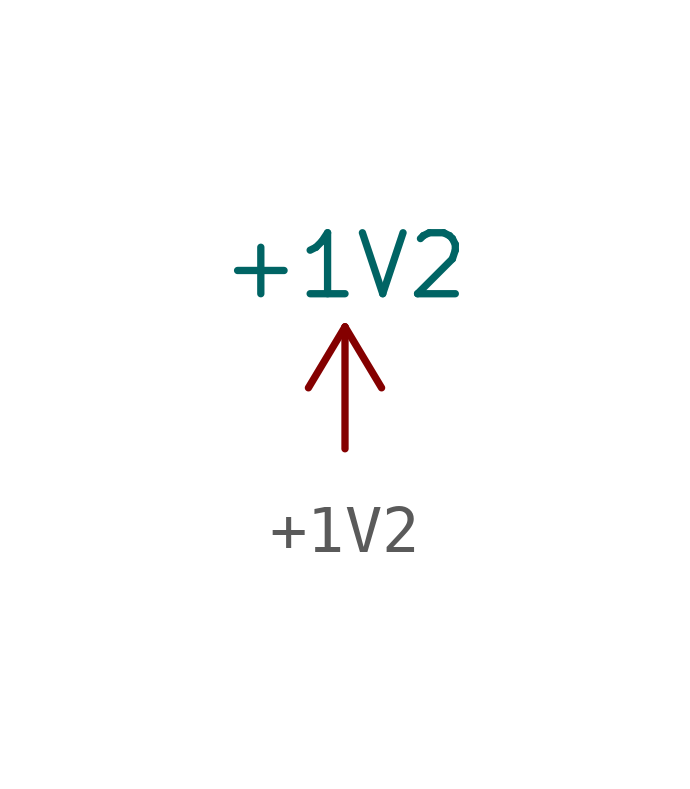
<source format=kicad_sym>
(kicad_symbol_lib
  (version 20220914)
  (generator kicad_symbol_editor)
  (symbol "+1V2"
    (power)
    (pin_numbers hide)
    (pin_names
      (offset 0))
    (property "Reference" "#PWR"
      (at 1.27 0 90)
      (effects (font (size 1.27 1.27)) hide))
    (property "Value" "+1V2"
      (at 0 3.81 0)
      (effects (font (size 1.27 1.27))))
    (symbol "+1V2_1_1"
      (polyline (pts (xy -0.762 1.27) (xy 0 2.54)) (stroke (width 0) (type default)) (fill (type none)))
      (polyline (pts (xy 0 0) (xy 0 2.54)) (stroke (width 0) (type default)) (fill (type none)))
      (polyline (pts (xy 0 2.54) (xy 0.762 1.27)) (stroke (width 0) (type default)) (fill (type none)))
      (pin power_in line (at 0 0 90) (length 0) hide (name "+1V2" (effects (font (size 1.27 1.27)))) (number "1" (effects (font (size 1.27 1.27))))))))
</source>
